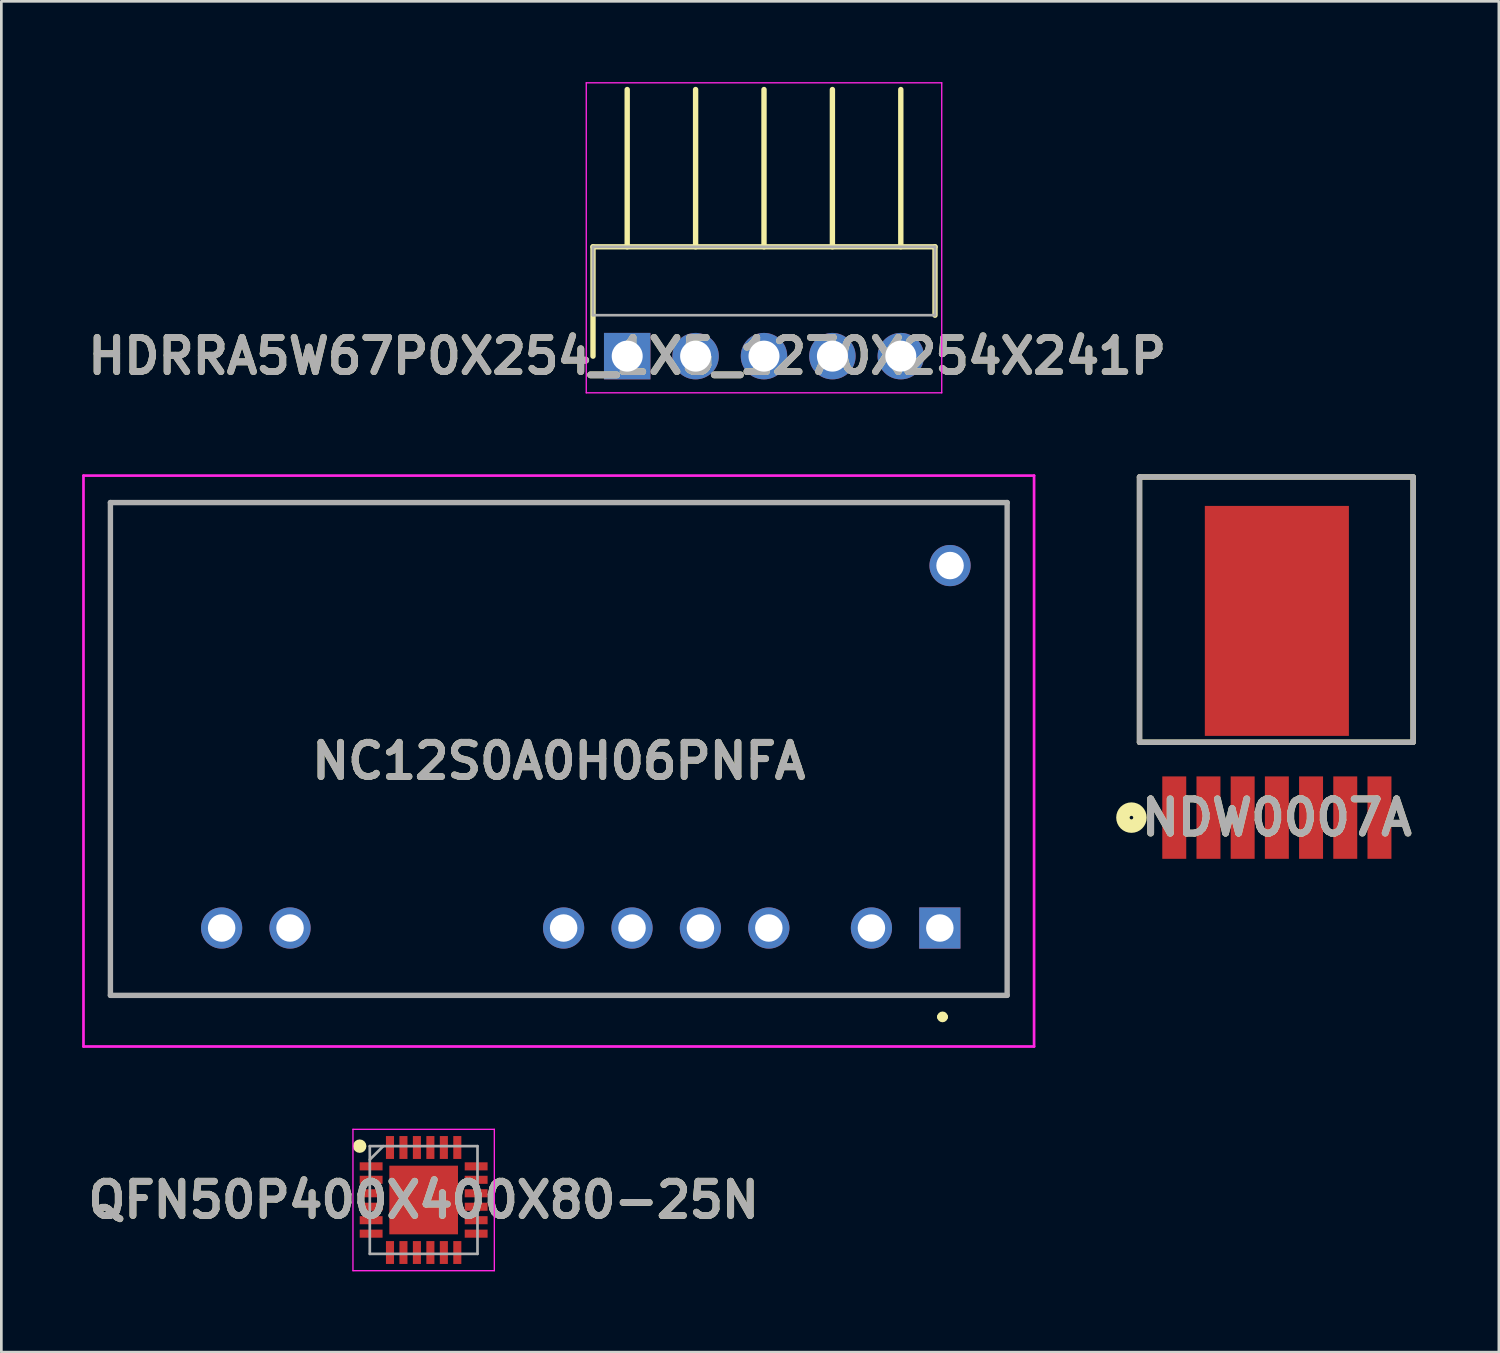
<source format=kicad_pcb>
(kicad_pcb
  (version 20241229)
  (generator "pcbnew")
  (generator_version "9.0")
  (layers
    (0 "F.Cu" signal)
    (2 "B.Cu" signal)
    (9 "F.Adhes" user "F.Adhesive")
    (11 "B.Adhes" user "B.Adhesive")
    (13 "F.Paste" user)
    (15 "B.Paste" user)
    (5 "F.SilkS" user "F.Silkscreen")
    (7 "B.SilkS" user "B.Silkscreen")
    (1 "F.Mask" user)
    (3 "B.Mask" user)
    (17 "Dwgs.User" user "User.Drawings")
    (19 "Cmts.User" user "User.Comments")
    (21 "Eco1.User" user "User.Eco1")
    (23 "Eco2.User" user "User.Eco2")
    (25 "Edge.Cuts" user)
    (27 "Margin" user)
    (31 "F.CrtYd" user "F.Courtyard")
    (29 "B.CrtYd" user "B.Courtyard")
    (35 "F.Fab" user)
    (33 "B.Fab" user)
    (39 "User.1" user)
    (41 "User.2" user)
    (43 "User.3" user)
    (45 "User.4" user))
  (footprint "QFN50P400X400X80-25N"
    (layer "F.Cu")
    (at 12.682 41.512)
    (property "Reference" "QFN50P400X400X80-25N" (at 0 0 0) (layer "F.SilkS") (effects (font (size 1.27 1.27) (thickness 0.254))))
    (attr smd)
    (fp_circle (center -2.375 -2) (end -2.375 -1.875) (stroke (width 0.25) (type solid)) (fill no) (layer "F.SilkS"))
    (fp_line (start -2.625 -2.625) (end 2.625 -2.625) (stroke (width 0.05) (type solid)) (layer "F.CrtYd"))
    (fp_line (start -2.625 2.625) (end -2.625 -2.625) (stroke (width 0.05) (type solid)) (layer "F.CrtYd"))
    (fp_line (start 2.625 -2.625) (end 2.625 2.625) (stroke (width 0.05) (type solid)) (layer "F.CrtYd"))
    (fp_line (start 2.625 2.625) (end -2.625 2.625) (stroke (width 0.05) (type solid)) (layer "F.CrtYd"))
    (fp_line (start -2 -2) (end 2 -2) (stroke (width 0.1) (type solid)) (layer "F.Fab"))
    (fp_line (start -2 -1.5) (end -1.5 -2) (stroke (width 0.1) (type solid)) (layer "F.Fab"))
    (fp_line (start -2 2) (end -2 -2) (stroke (width 0.1) (type solid)) (layer "F.Fab"))
    (fp_line (start 2 -2) (end 2 2) (stroke (width 0.1) (type solid)) (layer "F.Fab"))
    (fp_line (start 2 2) (end -2 2) (stroke (width 0.1) (type solid)) (layer "F.Fab"))
    (fp_text user "${REFERENCE}" (at 0 0 0) (layer "F.Fab") (effects (font (size 1.27 1.27) (thickness 0.254))))
    (pad "1" smd rect (at -1.95 -1.25 90) (size 0.3 0.85) (layers "F.Cu" "F.Mask" "F.Paste"))
    (pad "2" smd rect (at -1.95 -0.75 90) (size 0.3 0.85) (layers "F.Cu" "F.Mask" "F.Paste"))
    (pad "3" smd rect (at -1.95 -0.25 90) (size 0.3 0.85) (layers "F.Cu" "F.Mask" "F.Paste"))
    (pad "4" smd rect (at -1.95 0.25 90) (size 0.3 0.85) (layers "F.Cu" "F.Mask" "F.Paste"))
    (pad "5" smd rect (at -1.95 0.75 90) (size 0.3 0.85) (layers "F.Cu" "F.Mask" "F.Paste"))
    (pad "6" smd rect (at -1.95 1.25 90) (size 0.3 0.85) (layers "F.Cu" "F.Mask" "F.Paste"))
    (pad "7" smd rect (at -1.25 1.95) (size 0.3 0.85) (layers "F.Cu" "F.Mask" "F.Paste"))
    (pad "8" smd rect (at -0.75 1.95) (size 0.3 0.85) (layers "F.Cu" "F.Mask" "F.Paste"))
    (pad "9" smd rect (at -0.25 1.95) (size 0.3 0.85) (layers "F.Cu" "F.Mask" "F.Paste"))
    (pad "10" smd rect (at 0.25 1.95) (size 0.3 0.85) (layers "F.Cu" "F.Mask" "F.Paste"))
    (pad "11" smd rect (at 0.75 1.95) (size 0.3 0.85) (layers "F.Cu" "F.Mask" "F.Paste"))
    (pad "12" smd rect (at 1.25 1.95) (size 0.3 0.85) (layers "F.Cu" "F.Mask" "F.Paste"))
    (pad "13" smd rect (at 1.95 1.25 90) (size 0.3 0.85) (layers "F.Cu" "F.Mask" "F.Paste"))
    (pad "14" smd rect (at 1.95 0.75 90) (size 0.3 0.85) (layers "F.Cu" "F.Mask" "F.Paste"))
    (pad "15" smd rect (at 1.95 0.25 90) (size 0.3 0.85) (layers "F.Cu" "F.Mask" "F.Paste"))
    (pad "16" smd rect (at 1.95 -0.25 90) (size 0.3 0.85) (layers "F.Cu" "F.Mask" "F.Paste"))
    (pad "17" smd rect (at 1.95 -0.75 90) (size 0.3 0.85) (layers "F.Cu" "F.Mask" "F.Paste"))
    (pad "18" smd rect (at 1.95 -1.25 90) (size 0.3 0.85) (layers "F.Cu" "F.Mask" "F.Paste"))
    (pad "19" smd rect (at 1.25 -1.95) (size 0.3 0.85) (layers "F.Cu" "F.Mask" "F.Paste"))
    (pad "20" smd rect (at 0.75 -1.95) (size 0.3 0.85) (layers "F.Cu" "F.Mask" "F.Paste"))
    (pad "21" smd rect (at 0.25 -1.95) (size 0.3 0.85) (layers "F.Cu" "F.Mask" "F.Paste"))
    (pad "22" smd rect (at -0.25 -1.95) (size 0.3 0.85) (layers "F.Cu" "F.Mask" "F.Paste"))
    (pad "23" smd rect (at -0.75 -1.95) (size 0.3 0.85) (layers "F.Cu" "F.Mask" "F.Paste"))
    (pad "24" smd rect (at -1.25 -1.95) (size 0.3 0.85) (layers "F.Cu" "F.Mask" "F.Paste"))
    (pad "25" smd rect (at 0 0) (size 2.55 2.55) (layers "F.Cu" "F.Mask" "F.Paste")))
  (footprint "NDW0007A"
    (layer "F.Cu")
    (at 44.366 27.312)
    (property "Reference" "NDW0007A" (at 0 0 0) (layer "F.SilkS") (effects (font (size 1.27 1.27) (thickness 0.254))))
    (attr smd)
    (fp_line (start -5.1 -12.65) (end 5.06 -12.65) (stroke (width 0.2) (type solid)) (layer "F.SilkS"))
    (fp_line (start -5.1 -2.8) (end -5.1 -12.65) (stroke (width 0.2) (type solid)) (layer "F.SilkS"))
    (fp_line (start 5.06 -12.65) (end 5.06 -2.8) (stroke (width 0.2) (type solid)) (layer "F.SilkS"))
    (fp_line (start 5.06 -2.8) (end -5.1 -2.8) (stroke (width 0.2) (type solid)) (layer "F.SilkS"))
    (fp_circle (center -5.4 0) (end -5.4 0.316) (stroke (width 0.5) (type solid)) (fill no) (layer "F.SilkS"))
    (fp_line (start -5.1 -12.65) (end 5.06 -12.65) (stroke (width 0.2) (type solid)) (layer "F.Fab"))
    (fp_line (start -5.1 -2.8) (end -5.1 -12.65) (stroke (width 0.2) (type solid)) (layer "F.Fab"))
    (fp_line (start 5.06 -12.65) (end 5.06 -2.8) (stroke (width 0.2) (type solid)) (layer "F.Fab"))
    (fp_line (start 5.06 -2.8) (end -5.1 -2.8) (stroke (width 0.2) (type solid)) (layer "F.Fab"))
    (fp_text user "${REFERENCE}" (at 0 0 0) (layer "F.Fab") (effects (font (size 1.27 1.27) (thickness 0.254))))
    (pad "1" smd rect (at -3.81 0) (size 0.89 3.06) (layers "F.Cu" "F.Mask" "F.Paste"))
    (pad "2" smd rect (at -2.54 0) (size 0.89 3.06) (layers "F.Cu" "F.Mask" "F.Paste"))
    (pad "3" smd rect (at -1.27 0) (size 0.89 3.06) (layers "F.Cu" "F.Mask" "F.Paste"))
    (pad "4" smd rect (at 0 0) (size 0.89 3.06) (layers "F.Cu" "F.Mask" "F.Paste"))
    (pad "5" smd rect (at 1.27 0) (size 0.89 3.06) (layers "F.Cu" "F.Mask" "F.Paste"))
    (pad "6" smd rect (at 2.54 0) (size 0.89 3.06) (layers "F.Cu" "F.Mask" "F.Paste"))
    (pad "7" smd rect (at 3.81 0) (size 0.89 3.06) (layers "F.Cu" "F.Mask" "F.Paste"))
    (pad "8" smd rect (at 0 -7.305) (size 5.35 8.54) (layers "F.Cu" "F.Mask" "F.Paste")))
  (footprint "NC12S0A0H06PNFA"
    (layer "F.Cu")
    (at 31.85 31.412)
    (property "Reference" "NC12S0A0H06PNFA" (at -14.15 -6.2 0) (layer "F.SilkS") (effects (font (size 1.27 1.27) (thickness 0.254))))
    (attr through_hole)
    (fp_line (start -30.8 -15.8) (end 2.5 -15.8) (stroke (width 0.1) (type solid)) (layer "F.SilkS"))
    (fp_line (start -30.8 2.5) (end -30.8 -15.8) (stroke (width 0.1) (type solid)) (layer "F.SilkS"))
    (fp_line (start 0 3.3) (end 0 3.3) (stroke (width 0.2) (type solid)) (layer "F.SilkS"))
    (fp_line (start 0.2 3.3) (end 0.2 3.3) (stroke (width 0.2) (type solid)) (layer "F.SilkS"))
    (fp_line (start 2.5 -15.8) (end 2.5 2.5) (stroke (width 0.1) (type solid)) (layer "F.SilkS"))
    (fp_line (start 2.5 2.5) (end -30.8 2.5) (stroke (width 0.1) (type solid)) (layer "F.SilkS"))
    (fp_arc (start 0 3.3) (mid 0.1 3.2) (end 0.2 3.3) (stroke (width 0.2) (type solid)) (layer "F.SilkS"))
    (fp_arc (start 0.2 3.3) (mid 0.1 3.4) (end 0 3.3) (stroke (width 0.2) (type solid)) (layer "F.SilkS"))
    (fp_line (start -31.8 -16.8) (end 3.5 -16.8) (stroke (width 0.1) (type solid)) (layer "F.CrtYd"))
    (fp_line (start -31.8 4.4) (end -31.8 -16.8) (stroke (width 0.1) (type solid)) (layer "F.CrtYd"))
    (fp_line (start 3.5 -16.8) (end 3.5 4.4) (stroke (width 0.1) (type solid)) (layer "F.CrtYd"))
    (fp_line (start 3.5 4.4) (end -31.8 4.4) (stroke (width 0.1) (type solid)) (layer "F.CrtYd"))
    (fp_line (start -30.8 -15.8) (end 2.5 -15.8) (stroke (width 0.2) (type solid)) (layer "F.Fab"))
    (fp_line (start -30.8 2.5) (end -30.8 -15.8) (stroke (width 0.2) (type solid)) (layer "F.Fab"))
    (fp_line (start 2.5 -15.8) (end 2.5 2.5) (stroke (width 0.2) (type solid)) (layer "F.Fab"))
    (fp_line (start 2.5 2.5) (end -30.8 2.5) (stroke (width 0.2) (type solid)) (layer "F.Fab"))
    (fp_text user "${REFERENCE}" (at -14.15 -6.2 0) (layer "F.Fab") (effects (font (size 1.27 1.27) (thickness 0.254))))
    (pad "1" thru_hole rect (at 0 0) (size 1.53 1.53) (drill 1.02) (layers "*.Cu" "*.Mask"))
    (pad "2" thru_hole circle (at -2.54 0) (size 1.53 1.53) (drill 1.02) (layers "*.Cu" "*.Mask"))
    (pad "3" thru_hole circle (at -6.35 0) (size 1.53 1.53) (drill 1.02) (layers "*.Cu" "*.Mask"))
    (pad "4" thru_hole circle (at -8.89 0) (size 1.53 1.53) (drill 1.02) (layers "*.Cu" "*.Mask"))
    (pad "5" thru_hole circle (at -11.43 0) (size 1.53 1.53) (drill 1.02) (layers "*.Cu" "*.Mask"))
    (pad "6" thru_hole circle (at -13.97 0) (size 1.53 1.53) (drill 1.02) (layers "*.Cu" "*.Mask"))
    (pad "7" thru_hole circle (at -24.13 0) (size 1.53 1.53) (drill 1.02) (layers "*.Cu" "*.Mask"))
    (pad "8" thru_hole circle (at -26.67 0) (size 1.53 1.53) (drill 1.02) (layers "*.Cu" "*.Mask"))
    (pad "9" thru_hole circle (at 0.38 -13.46) (size 1.53 1.53) (drill 1.02) (layers "*.Cu" "*.Mask")))
  (footprint "HDRRA5W67P0X254_1X5_1270X254X241P"
    (layer "F.Cu")
    (at 20.241 10.175)
    (property "Reference" "HDRRA5W67P0X254_1X5_1270X254X241P" (at 0 0 0) (layer "F.SilkS") (effects (font (size 1.27 1.27) (thickness 0.254))))
    (attr through_hole)
    (fp_line (start -1.27 -4.06) (end 11.43 -4.06) (stroke (width 0.2) (type solid)) (layer "F.SilkS"))
    (fp_line (start -1.27 0) (end -1.27 -4.06) (stroke (width 0.2) (type solid)) (layer "F.SilkS"))
    (fp_line (start 0 -4.06) (end 0 -9.9) (stroke (width 0.2) (type solid)) (layer "F.SilkS"))
    (fp_line (start 2.54 -4.06) (end 2.54 -9.9) (stroke (width 0.2) (type solid)) (layer "F.SilkS"))
    (fp_line (start 5.08 -4.06) (end 5.08 -9.9) (stroke (width 0.2) (type solid)) (layer "F.SilkS"))
    (fp_line (start 7.62 -4.06) (end 7.62 -9.9) (stroke (width 0.2) (type solid)) (layer "F.SilkS"))
    (fp_line (start 10.16 -4.06) (end 10.16 -9.9) (stroke (width 0.2) (type solid)) (layer "F.SilkS"))
    (fp_line (start 11.43 -4.06) (end 11.43 -1.52) (stroke (width 0.2) (type solid)) (layer "F.SilkS"))
    (fp_line (start -1.52 -10.15) (end -1.52 1.362) (stroke (width 0.05) (type solid)) (layer "F.CrtYd"))
    (fp_line (start -1.52 1.362) (end 11.68 1.362) (stroke (width 0.05) (type solid)) (layer "F.CrtYd"))
    (fp_line (start 11.68 -10.15) (end -1.52 -10.15) (stroke (width 0.05) (type solid)) (layer "F.CrtYd"))
    (fp_line (start 11.68 1.362) (end 11.68 -10.15) (stroke (width 0.05) (type solid)) (layer "F.CrtYd"))
    (fp_line (start -1.27 -4.06) (end 11.43 -4.06) (stroke (width 0.1) (type solid)) (layer "F.Fab"))
    (fp_line (start -1.27 -1.52) (end -1.27 -4.06) (stroke (width 0.1) (type solid)) (layer "F.Fab"))
    (fp_line (start 11.43 -4.06) (end 11.43 -1.52) (stroke (width 0.1) (type solid)) (layer "F.Fab"))
    (fp_line (start 11.43 -1.52) (end -1.27 -1.52) (stroke (width 0.1) (type solid)) (layer "F.Fab"))
    (fp_text user "${REFERENCE}" (at 0 0 0) (layer "F.Fab") (effects (font (size 1.27 1.27) (thickness 0.254))))
    (pad "1" thru_hole rect (at 0 0) (size 1.725 1.725) (drill 1.15) (layers "*.Cu" "*.Mask"))
    (pad "2" thru_hole circle (at 2.54 0) (size 1.725 1.725) (drill 1.15) (layers "*.Cu" "*.Mask"))
    (pad "3" thru_hole circle (at 5.08 0) (size 1.725 1.725) (drill 1.15) (layers "*.Cu" "*.Mask"))
    (pad "4" thru_hole circle (at 7.62 0) (size 1.725 1.725) (drill 1.15) (layers "*.Cu" "*.Mask"))
    (pad "5" thru_hole circle (at 10.16 0) (size 1.725 1.725) (drill 1.15) (layers "*.Cu" "*.Mask")))
  (gr_rect
    (start -3 -3)
    (end 52.61 47.162)
    (stroke (width 0.1) (type default))
    (fill no)
    (layer "Edge.Cuts")))
</source>
